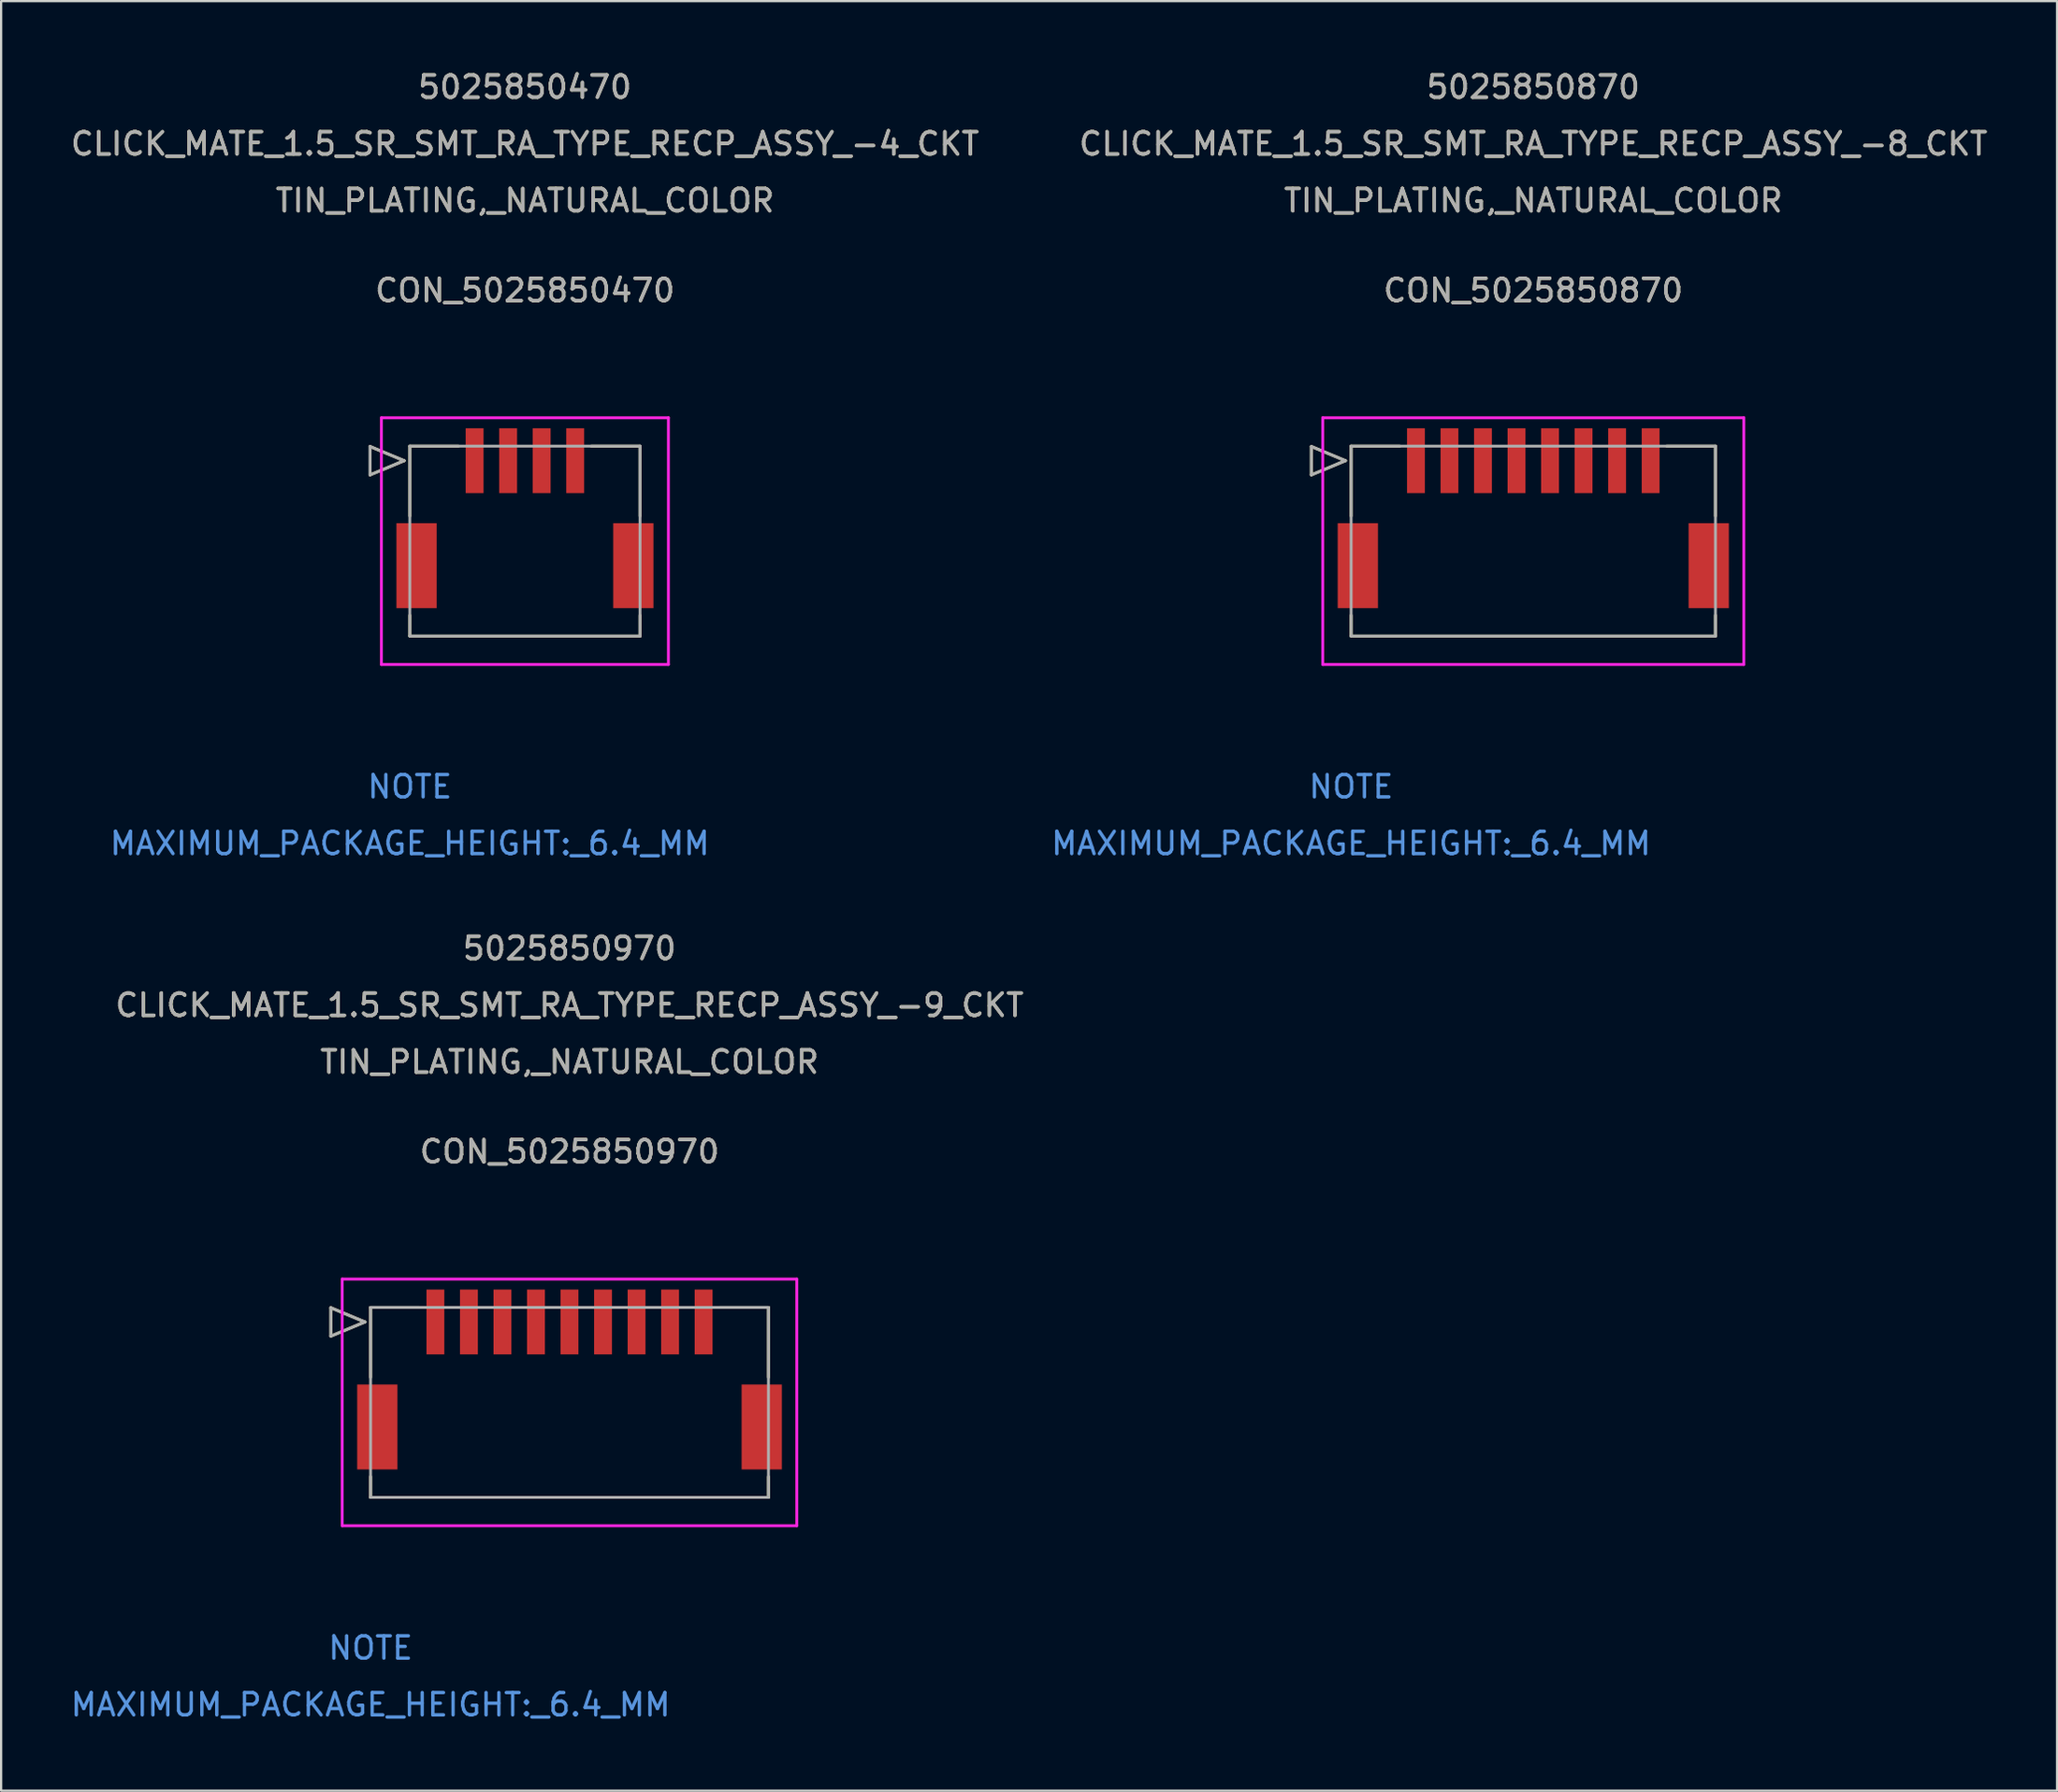
<source format=kicad_pcb>
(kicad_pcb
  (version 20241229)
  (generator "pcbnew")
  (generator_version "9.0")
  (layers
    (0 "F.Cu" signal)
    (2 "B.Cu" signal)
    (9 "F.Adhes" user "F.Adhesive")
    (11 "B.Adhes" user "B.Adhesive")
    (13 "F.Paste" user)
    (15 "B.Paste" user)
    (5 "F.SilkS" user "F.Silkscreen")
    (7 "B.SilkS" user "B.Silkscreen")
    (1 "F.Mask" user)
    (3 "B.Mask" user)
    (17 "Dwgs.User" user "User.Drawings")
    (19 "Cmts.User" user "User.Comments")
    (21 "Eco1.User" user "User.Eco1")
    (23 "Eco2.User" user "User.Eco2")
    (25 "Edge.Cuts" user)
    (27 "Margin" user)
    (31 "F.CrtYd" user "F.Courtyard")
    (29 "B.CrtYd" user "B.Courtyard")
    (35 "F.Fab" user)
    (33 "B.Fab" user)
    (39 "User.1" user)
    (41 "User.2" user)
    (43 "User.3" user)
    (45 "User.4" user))
  (footprint "CON_5025850870"
    (layer "F.Cu")
    (at 60.299 17.568)
    (property "Reference" "CON_5025850870" (at 5.25 -7.62 0) (unlocked yes) (layer "F.SilkS") (effects (font (size 1 1) (thickness 0.15))))
    (attr smd)
    (fp_line (start -4.678 -0.635) (end -4.678 0.635) (stroke (width 0.127) (type solid)) (layer "F.SilkS"))
    (fp_line (start -4.678 0.635) (end -3.154 0) (stroke (width 0.127) (type solid)) (layer "F.SilkS"))
    (fp_line (start -3.154 0) (end -4.678 -0.635) (stroke (width 0.127) (type solid)) (layer "F.SilkS"))
    (fp_line (start -2.9 -0.65) (end -2.9 2.48) (stroke (width 0.127) (type solid)) (layer "F.SilkS"))
    (fp_line (start -2.9 6.92) (end -2.9 7.85) (stroke (width 0.127) (type solid)) (layer "F.SilkS"))
    (fp_line (start -2.9 7.85) (end 13.4 7.85) (stroke (width 0.127) (type solid)) (layer "F.SilkS"))
    (fp_line (start -0.72 -0.65) (end -2.9 -0.65) (stroke (width 0.127) (type solid)) (layer "F.SilkS"))
    (fp_line (start 13.4 -0.65) (end 11.22 -0.65) (stroke (width 0.127) (type solid)) (layer "F.SilkS"))
    (fp_line (start 13.4 2.48) (end 13.4 -0.65) (stroke (width 0.127) (type solid)) (layer "F.SilkS"))
    (fp_line (start 13.4 7.85) (end 13.4 6.92) (stroke (width 0.127) (type solid)) (layer "F.SilkS"))
    (fp_line (start -4.17 -1.92) (end -4.17 9.12) (stroke (width 0.127) (type solid)) (layer "F.CrtYd"))
    (fp_line (start -4.17 9.12) (end 14.67 9.12) (stroke (width 0.127) (type solid)) (layer "F.CrtYd"))
    (fp_line (start 14.67 -1.92) (end -4.17 -1.92) (stroke (width 0.127) (type solid)) (layer "F.CrtYd"))
    (fp_line (start 14.67 9.12) (end 14.67 -1.92) (stroke (width 0.127) (type solid)) (layer "F.CrtYd"))
    (fp_line (start -4.678 -0.635) (end -4.678 0.635) (stroke (width 0.127) (type solid)) (layer "F.Fab"))
    (fp_line (start -4.678 0.635) (end -3.154 0) (stroke (width 0.127) (type solid)) (layer "F.Fab"))
    (fp_line (start -3.154 0) (end -4.678 -0.635) (stroke (width 0.127) (type solid)) (layer "F.Fab"))
    (fp_line (start -2.9 -0.65) (end -2.9 7.85) (stroke (width 0.127) (type solid)) (layer "F.Fab"))
    (fp_line (start -2.9 7.85) (end 13.4 7.85) (stroke (width 0.127) (type solid)) (layer "F.Fab"))
    (fp_line (start 13.4 -0.65) (end -2.9 -0.65) (stroke (width 0.127) (type solid)) (layer "F.Fab"))
    (fp_line (start 13.4 7.85) (end 13.4 -0.65) (stroke (width 0.127) (type solid)) (layer "F.Fab"))
    (fp_text user "5025850870" (at 5.25 -16.72 0) (unlocked yes) (layer "F.SilkS") (effects (font (size 1 1) (thickness 0.15))))
    (fp_text user "CLICK_MATE_1.5_SR_SMT_RA_TYPE_RECP_ASSY_-8_CKT" (at 5.25 -14.18 0) (unlocked yes) (layer "F.SilkS") (effects (font (size 1 1) (thickness 0.15))))
    (fp_text user "TIN_PLATING,_NATURAL_COLOR" (at 5.25 -11.64 0) (unlocked yes) (layer "F.SilkS") (effects (font (size 1 1) (thickness 0.15))))
    (fp_text user "MAXIMUM_PACKAGE_HEIGHT:_6.4_MM" (at -2.9 17.13 0) (unlocked yes) (layer "Cmts.User") (effects (font (size 1 1) (thickness 0.15))))
    (fp_text user "NOTE" (at -2.9 14.59 0) (unlocked yes) (layer "Cmts.User") (effects (font (size 1 1) (thickness 0.15))))
    (fp_text user "CLICK_MATE_1.5_SR_SMT_RA_TYPE_RECP_ASSY_-8_CKT" (at 5.25 -14.18 0) (unlocked yes) (layer "F.Fab") (effects (font (size 1 1) (thickness 0.15))))
    (fp_text user "TIN_PLATING,_NATURAL_COLOR" (at 5.25 -11.64 0) (unlocked yes) (layer "F.Fab") (effects (font (size 1 1) (thickness 0.15))))
    (fp_text user "${REFERENCE}" (at 5.25 -7.62 0) (unlocked yes) (layer "F.Fab") (effects (font (size 1 1) (thickness 0.15))))
    (fp_text user "5025850870" (at 5.25 -16.72 0) (unlocked yes) (layer "F.Fab") (effects (font (size 1 1) (thickness 0.15))))
    (pad "1" smd rect (at 0 0) (size 0.8 2.9) (layers "F.Cu" "F.Mask" "F.Paste"))
    (pad "2" smd rect (at 1.5 0) (size 0.8 2.9) (layers "F.Cu" "F.Mask" "F.Paste"))
    (pad "3" smd rect (at 3 0) (size 0.8 2.9) (layers "F.Cu" "F.Mask" "F.Paste"))
    (pad "4" smd rect (at 4.5 0) (size 0.8 2.9) (layers "F.Cu" "F.Mask" "F.Paste"))
    (pad "5" smd rect (at 6 0) (size 0.8 2.9) (layers "F.Cu" "F.Mask" "F.Paste"))
    (pad "6" smd rect (at 7.5 0) (size 0.8 2.9) (layers "F.Cu" "F.Mask" "F.Paste"))
    (pad "7" smd rect (at 9 0) (size 0.8 2.9) (layers "F.Cu" "F.Mask" "F.Paste"))
    (pad "8" smd rect (at 10.5 0) (size 0.8 2.9) (layers "F.Cu" "F.Mask" "F.Paste"))
    (pad "9" smd rect (at -2.6 4.7) (size 1.8 3.8) (layers "F.Cu" "F.Mask" "F.Paste"))
    (pad "10" smd rect (at 13.1 4.7) (size 1.8 3.8) (layers "F.Cu" "F.Mask" "F.Paste")))
  (footprint "CON_5025850470"
    (layer "F.Cu")
    (at 18.185 17.568)
    (property "Reference" "CON_5025850470" (at 2.25 -7.62 0) (unlocked yes) (layer "F.SilkS") (effects (font (size 1 1) (thickness 0.15))))
    (attr smd)
    (fp_line (start -4.678 -0.635) (end -4.678 0.635) (stroke (width 0.127) (type solid)) (layer "F.SilkS"))
    (fp_line (start -4.678 0.635) (end -3.154 0) (stroke (width 0.127) (type solid)) (layer "F.SilkS"))
    (fp_line (start -3.154 0) (end -4.678 -0.635) (stroke (width 0.127) (type solid)) (layer "F.SilkS"))
    (fp_line (start -2.9 -0.65) (end -2.9 2.48) (stroke (width 0.127) (type solid)) (layer "F.SilkS"))
    (fp_line (start -2.9 6.92) (end -2.9 7.85) (stroke (width 0.127) (type solid)) (layer "F.SilkS"))
    (fp_line (start -2.9 7.85) (end 7.4 7.85) (stroke (width 0.127) (type solid)) (layer "F.SilkS"))
    (fp_line (start -0.72 -0.65) (end -2.9 -0.65) (stroke (width 0.127) (type solid)) (layer "F.SilkS"))
    (fp_line (start 7.4 -0.65) (end 5.22 -0.65) (stroke (width 0.127) (type solid)) (layer "F.SilkS"))
    (fp_line (start 7.4 2.48) (end 7.4 -0.65) (stroke (width 0.127) (type solid)) (layer "F.SilkS"))
    (fp_line (start 7.4 7.85) (end 7.4 6.92) (stroke (width 0.127) (type solid)) (layer "F.SilkS"))
    (fp_line (start -4.17 -1.92) (end -4.17 9.12) (stroke (width 0.127) (type solid)) (layer "F.CrtYd"))
    (fp_line (start -4.17 9.12) (end 8.67 9.12) (stroke (width 0.127) (type solid)) (layer "F.CrtYd"))
    (fp_line (start 8.67 -1.92) (end -4.17 -1.92) (stroke (width 0.127) (type solid)) (layer "F.CrtYd"))
    (fp_line (start 8.67 9.12) (end 8.67 -1.92) (stroke (width 0.127) (type solid)) (layer "F.CrtYd"))
    (fp_line (start -4.678 -0.635) (end -4.678 0.635) (stroke (width 0.127) (type solid)) (layer "F.Fab"))
    (fp_line (start -4.678 0.635) (end -3.154 0) (stroke (width 0.127) (type solid)) (layer "F.Fab"))
    (fp_line (start -3.154 0) (end -4.678 -0.635) (stroke (width 0.127) (type solid)) (layer "F.Fab"))
    (fp_line (start -2.9 -0.65) (end -2.9 7.85) (stroke (width 0.127) (type solid)) (layer "F.Fab"))
    (fp_line (start -2.9 7.85) (end 7.4 7.85) (stroke (width 0.127) (type solid)) (layer "F.Fab"))
    (fp_line (start 7.4 -0.65) (end -2.9 -0.65) (stroke (width 0.127) (type solid)) (layer "F.Fab"))
    (fp_line (start 7.4 7.85) (end 7.4 -0.65) (stroke (width 0.127) (type solid)) (layer "F.Fab"))
    (fp_text user "CLICK_MATE_1.5_SR_SMT_RA_TYPE_RECP_ASSY_-4_CKT" (at 2.25 -14.18 0) (unlocked yes) (layer "F.SilkS") (effects (font (size 1 1) (thickness 0.15))))
    (fp_text user "TIN_PLATING,_NATURAL_COLOR" (at 2.25 -11.64 0) (unlocked yes) (layer "F.SilkS") (effects (font (size 1 1) (thickness 0.15))))
    (fp_text user "5025850470" (at 2.25 -16.72 0) (unlocked yes) (layer "F.SilkS") (effects (font (size 1 1) (thickness 0.15))))
    (fp_text user "MAXIMUM_PACKAGE_HEIGHT:_6.4_MM" (at -2.9 17.13 0) (unlocked yes) (layer "Cmts.User") (effects (font (size 1 1) (thickness 0.15))))
    (fp_text user "NOTE" (at -2.9 14.59 0) (unlocked yes) (layer "Cmts.User") (effects (font (size 1 1) (thickness 0.15))))
    (fp_text user "CLICK_MATE_1.5_SR_SMT_RA_TYPE_RECP_ASSY_-4_CKT" (at 2.25 -14.18 0) (unlocked yes) (layer "F.Fab") (effects (font (size 1 1) (thickness 0.15))))
    (fp_text user "5025850470" (at 2.25 -16.72 0) (unlocked yes) (layer "F.Fab") (effects (font (size 1 1) (thickness 0.15))))
    (fp_text user "TIN_PLATING,_NATURAL_COLOR" (at 2.25 -11.64 0) (unlocked yes) (layer "F.Fab") (effects (font (size 1 1) (thickness 0.15))))
    (fp_text user "${REFERENCE}" (at 2.25 -7.62 0) (unlocked yes) (layer "F.Fab") (effects (font (size 1 1) (thickness 0.15))))
    (pad "1" smd rect (at 0 0) (size 0.8 2.9) (layers "F.Cu" "F.Mask" "F.Paste"))
    (pad "2" smd rect (at 1.5 0) (size 0.8 2.9) (layers "F.Cu" "F.Mask" "F.Paste"))
    (pad "3" smd rect (at 3 0) (size 0.8 2.9) (layers "F.Cu" "F.Mask" "F.Paste"))
    (pad "4" smd rect (at 4.5 0) (size 0.8 2.9) (layers "F.Cu" "F.Mask" "F.Paste"))
    (pad "5" smd rect (at -2.6 4.7) (size 1.8 3.8) (layers "F.Cu" "F.Mask" "F.Paste"))
    (pad "6" smd rect (at 7.1 4.7) (size 1.8 3.8) (layers "F.Cu" "F.Mask" "F.Paste")))
  (footprint "CON_5025850970"
    (layer "F.Cu")
    (at 16.43 56.115)
    (property "Reference" "CON_5025850970" (at 6 -7.62 0) (unlocked yes) (layer "F.SilkS") (effects (font (size 1 1) (thickness 0.15))))
    (attr smd)
    (fp_line (start -4.678 -0.635) (end -4.678 0.635) (stroke (width 0.127) (type solid)) (layer "F.SilkS"))
    (fp_line (start -4.678 0.635) (end -3.154 0) (stroke (width 0.127) (type solid)) (layer "F.SilkS"))
    (fp_line (start -3.154 0) (end -4.678 -0.635) (stroke (width 0.127) (type solid)) (layer "F.SilkS"))
    (fp_line (start -2.9 -0.65) (end -2.9 2.48) (stroke (width 0.127) (type solid)) (layer "F.SilkS"))
    (fp_line (start -2.9 6.92) (end -2.9 7.85) (stroke (width 0.127) (type solid)) (layer "F.SilkS"))
    (fp_line (start -2.9 7.85) (end 14.9 7.85) (stroke (width 0.127) (type solid)) (layer "F.SilkS"))
    (fp_line (start -0.72 -0.65) (end -2.9 -0.65) (stroke (width 0.127) (type solid)) (layer "F.SilkS"))
    (fp_line (start 14.9 -0.65) (end 12.72 -0.65) (stroke (width 0.127) (type solid)) (layer "F.SilkS"))
    (fp_line (start 14.9 2.48) (end 14.9 -0.65) (stroke (width 0.127) (type solid)) (layer "F.SilkS"))
    (fp_line (start 14.9 7.85) (end 14.9 6.92) (stroke (width 0.127) (type solid)) (layer "F.SilkS"))
    (fp_line (start -4.17 -1.92) (end -4.17 9.12) (stroke (width 0.127) (type solid)) (layer "F.CrtYd"))
    (fp_line (start -4.17 9.12) (end 16.17 9.12) (stroke (width 0.127) (type solid)) (layer "F.CrtYd"))
    (fp_line (start 16.17 -1.92) (end -4.17 -1.92) (stroke (width 0.127) (type solid)) (layer "F.CrtYd"))
    (fp_line (start 16.17 9.12) (end 16.17 -1.92) (stroke (width 0.127) (type solid)) (layer "F.CrtYd"))
    (fp_line (start -4.678 -0.635) (end -4.678 0.635) (stroke (width 0.127) (type solid)) (layer "F.Fab"))
    (fp_line (start -4.678 0.635) (end -3.154 0) (stroke (width 0.127) (type solid)) (layer "F.Fab"))
    (fp_line (start -3.154 0) (end -4.678 -0.635) (stroke (width 0.127) (type solid)) (layer "F.Fab"))
    (fp_line (start -2.9 -0.65) (end -2.9 7.85) (stroke (width 0.127) (type solid)) (layer "F.Fab"))
    (fp_line (start -2.9 7.85) (end 14.9 7.85) (stroke (width 0.127) (type solid)) (layer "F.Fab"))
    (fp_line (start 14.9 -0.65) (end -2.9 -0.65) (stroke (width 0.127) (type solid)) (layer "F.Fab"))
    (fp_line (start 14.9 7.85) (end 14.9 -0.65) (stroke (width 0.127) (type solid)) (layer "F.Fab"))
    (fp_text user "5025850970" (at 6 -16.72 0) (unlocked yes) (layer "F.SilkS") (effects (font (size 1 1) (thickness 0.15))))
    (fp_text user "TIN_PLATING,_NATURAL_COLOR" (at 6 -11.64 0) (unlocked yes) (layer "F.SilkS") (effects (font (size 1 1) (thickness 0.15))))
    (fp_text user "CLICK_MATE_1.5_SR_SMT_RA_TYPE_RECP_ASSY_-9_CKT" (at 6 -14.18 0) (unlocked yes) (layer "F.SilkS") (effects (font (size 1 1) (thickness 0.15))))
    (fp_text user "NOTE" (at -2.9 14.59 0) (unlocked yes) (layer "Cmts.User") (effects (font (size 1 1) (thickness 0.15))))
    (fp_text user "MAXIMUM_PACKAGE_HEIGHT:_6.4_MM" (at -2.9 17.13 0) (unlocked yes) (layer "Cmts.User") (effects (font (size 1 1) (thickness 0.15))))
    (fp_text user "CLICK_MATE_1.5_SR_SMT_RA_TYPE_RECP_ASSY_-9_CKT" (at 6 -14.18 0) (unlocked yes) (layer "F.Fab") (effects (font (size 1 1) (thickness 0.15))))
    (fp_text user "TIN_PLATING,_NATURAL_COLOR" (at 6 -11.64 0) (unlocked yes) (layer "F.Fab") (effects (font (size 1 1) (thickness 0.15))))
    (fp_text user "5025850970" (at 6 -16.72 0) (unlocked yes) (layer "F.Fab") (effects (font (size 1 1) (thickness 0.15))))
    (fp_text user "${REFERENCE}" (at 6 -7.62 0) (unlocked yes) (layer "F.Fab") (effects (font (size 1 1) (thickness 0.15))))
    (pad "1" smd rect (at 0 0) (size 0.8 2.9) (layers "F.Cu" "F.Mask" "F.Paste"))
    (pad "2" smd rect (at 1.5 0) (size 0.8 2.9) (layers "F.Cu" "F.Mask" "F.Paste"))
    (pad "3" smd rect (at 3 0) (size 0.8 2.9) (layers "F.Cu" "F.Mask" "F.Paste"))
    (pad "4" smd rect (at 4.5 0) (size 0.8 2.9) (layers "F.Cu" "F.Mask" "F.Paste"))
    (pad "5" smd rect (at 6 0) (size 0.8 2.9) (layers "F.Cu" "F.Mask" "F.Paste"))
    (pad "6" smd rect (at 7.5 0) (size 0.8 2.9) (layers "F.Cu" "F.Mask" "F.Paste"))
    (pad "7" smd rect (at 9 0) (size 0.8 2.9) (layers "F.Cu" "F.Mask" "F.Paste"))
    (pad "8" smd rect (at 10.5 0) (size 0.8 2.9) (layers "F.Cu" "F.Mask" "F.Paste"))
    (pad "9" smd rect (at 12 0) (size 0.8 2.9) (layers "F.Cu" "F.Mask" "F.Paste"))
    (pad "10" smd rect (at -2.6 4.7) (size 1.8 3.8) (layers "F.Cu" "F.Mask" "F.Paste"))
    (pad "11" smd rect (at 14.6 4.7) (size 1.8 3.8) (layers "F.Cu" "F.Mask" "F.Paste")))
  (gr_rect
    (start -3 -3)
    (end 88.983 77.093)
    (stroke (width 0.1) (type default))
    (fill no)
    (layer "Edge.Cuts")))
</source>
